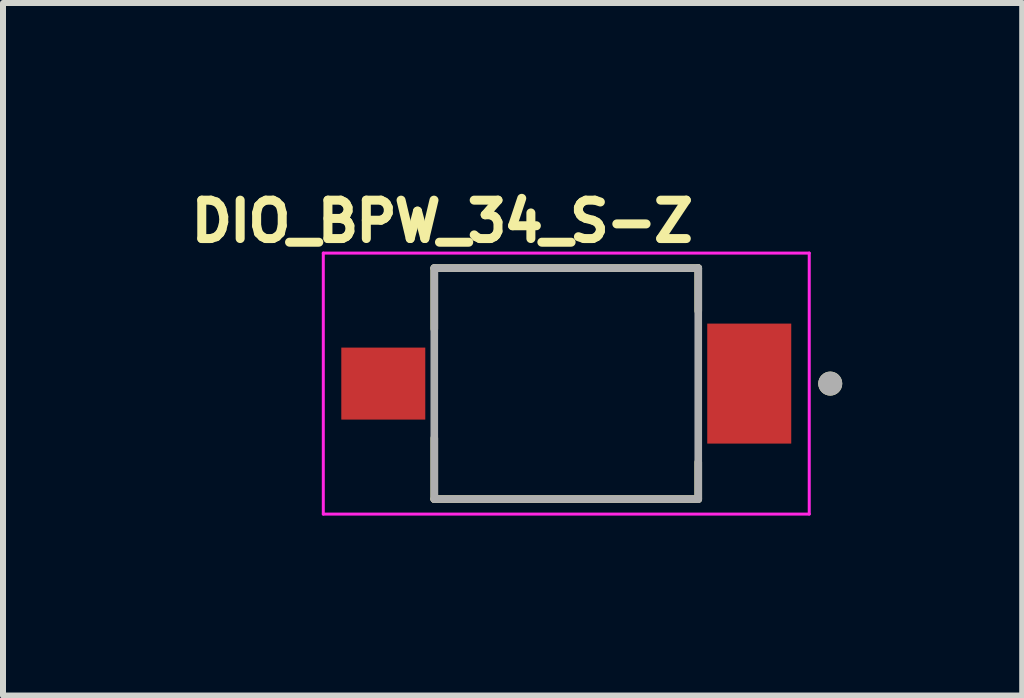
<source format=kicad_pcb>
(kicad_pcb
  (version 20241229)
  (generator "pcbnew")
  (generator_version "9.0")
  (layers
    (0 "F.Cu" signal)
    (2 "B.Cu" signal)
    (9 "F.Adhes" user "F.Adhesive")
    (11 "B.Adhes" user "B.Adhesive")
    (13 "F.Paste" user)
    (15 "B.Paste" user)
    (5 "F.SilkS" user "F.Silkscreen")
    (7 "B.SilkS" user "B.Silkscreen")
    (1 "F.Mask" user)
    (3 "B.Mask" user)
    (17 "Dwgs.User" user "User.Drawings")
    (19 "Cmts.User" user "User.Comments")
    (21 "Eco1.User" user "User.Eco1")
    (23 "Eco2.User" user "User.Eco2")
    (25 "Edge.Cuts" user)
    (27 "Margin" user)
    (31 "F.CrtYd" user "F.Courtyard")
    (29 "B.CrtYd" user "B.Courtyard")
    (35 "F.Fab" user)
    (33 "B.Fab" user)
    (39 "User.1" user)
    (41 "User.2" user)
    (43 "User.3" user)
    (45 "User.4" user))
  (footprint "DIO_BPW_34_S-Z"
    (layer "F.Cu")
    (at 6.389 3.344)
    (property "Reference" "DIO_BPW_34_S-Z" (at -2.068 -2.706 0) (layer "F.SilkS") (effects (font (size 0.64 0.64) (thickness 0.15))))
    (attr through_hole)
    (fp_poly (pts (xy -3.8 -0.65) (xy -2.3 -0.65) (xy -2.3 0.65) (xy -3.8 0.65)) (stroke (width 0.01) (type solid)) (fill yes) (layer "F.Mask"))
    (fp_poly (pts (xy 2.3 -1.05) (xy 3.8 -1.05) (xy 3.8 1.05) (xy 2.3 1.05)) (stroke (width 0.01) (type solid)) (fill yes) (layer "F.Mask"))
    (fp_line (start -2.2 -1.925) (end 2.2 -1.925) (stroke (width 0.127) (type solid)) (layer "F.SilkS"))
    (fp_line (start -2.2 -0.91) (end -2.2 -1.925) (stroke (width 0.127) (type solid)) (layer "F.SilkS"))
    (fp_line (start -2.2 0.91) (end -2.2 1.925) (stroke (width 0.127) (type solid)) (layer "F.SilkS"))
    (fp_line (start -2.2 1.925) (end 2.2 1.925) (stroke (width 0.127) (type solid)) (layer "F.SilkS"))
    (fp_line (start 2.2 -1.925) (end 2.2 -1.21) (stroke (width 0.127) (type solid)) (layer "F.SilkS"))
    (fp_line (start 2.2 1.925) (end 2.2 1.31) (stroke (width 0.127) (type solid)) (layer "F.SilkS"))
    (fp_circle (center 4.4 0) (end 4.5 0) (stroke (width 0.2) (type solid)) (fill no) (layer "F.SilkS"))
    (fp_poly (pts (xy -3.7 -0.55) (xy -2.4 -0.55) (xy -2.4 0.55) (xy -3.7 0.55)) (stroke (width 0.01) (type solid)) (fill yes) (layer "F.Paste"))
    (fp_poly (pts (xy 2.4 -0.95) (xy 3.7 -0.95) (xy 3.7 0.95) (xy 2.4 0.95)) (stroke (width 0.01) (type solid)) (fill yes) (layer "F.Paste"))
    (fp_line (start -4.05 -2.175) (end 4.05 -2.175) (stroke (width 0.05) (type solid)) (layer "F.CrtYd"))
    (fp_line (start -4.05 2.175) (end -4.05 -2.175) (stroke (width 0.05) (type solid)) (layer "F.CrtYd"))
    (fp_line (start 4.05 -2.175) (end 4.05 2.175) (stroke (width 0.05) (type solid)) (layer "F.CrtYd"))
    (fp_line (start 4.05 2.175) (end -4.05 2.175) (stroke (width 0.05) (type solid)) (layer "F.CrtYd"))
    (fp_line (start -2.2 -1.925) (end 2.2 -1.925) (stroke (width 0.127) (type solid)) (layer "F.Fab"))
    (fp_line (start -2.2 1.925) (end -2.2 -1.925) (stroke (width 0.127) (type solid)) (layer "F.Fab"))
    (fp_line (start 2.2 -1.925) (end 2.2 1.925) (stroke (width 0.127) (type solid)) (layer "F.Fab"))
    (fp_line (start 2.2 1.925) (end -2.2 1.925) (stroke (width 0.127) (type solid)) (layer "F.Fab"))
    (fp_circle (center 4.4 0) (end 4.5 0) (stroke (width 0.2) (type solid)) (fill no) (layer "F.Fab"))
    (pad "A" smd rect (at -3.05 0 90) (size 1.2 1.4) (layers "F.Cu"))
    (pad "C" smd rect (at 3.05 0 90) (size 2 1.4) (layers "F.Cu")))
  (gr_rect
    (start -3 -3)
    (end 13.989 8.544)
    (stroke (width 0.1) (type default))
    (fill no)
    (layer "Edge.Cuts")))
</source>
